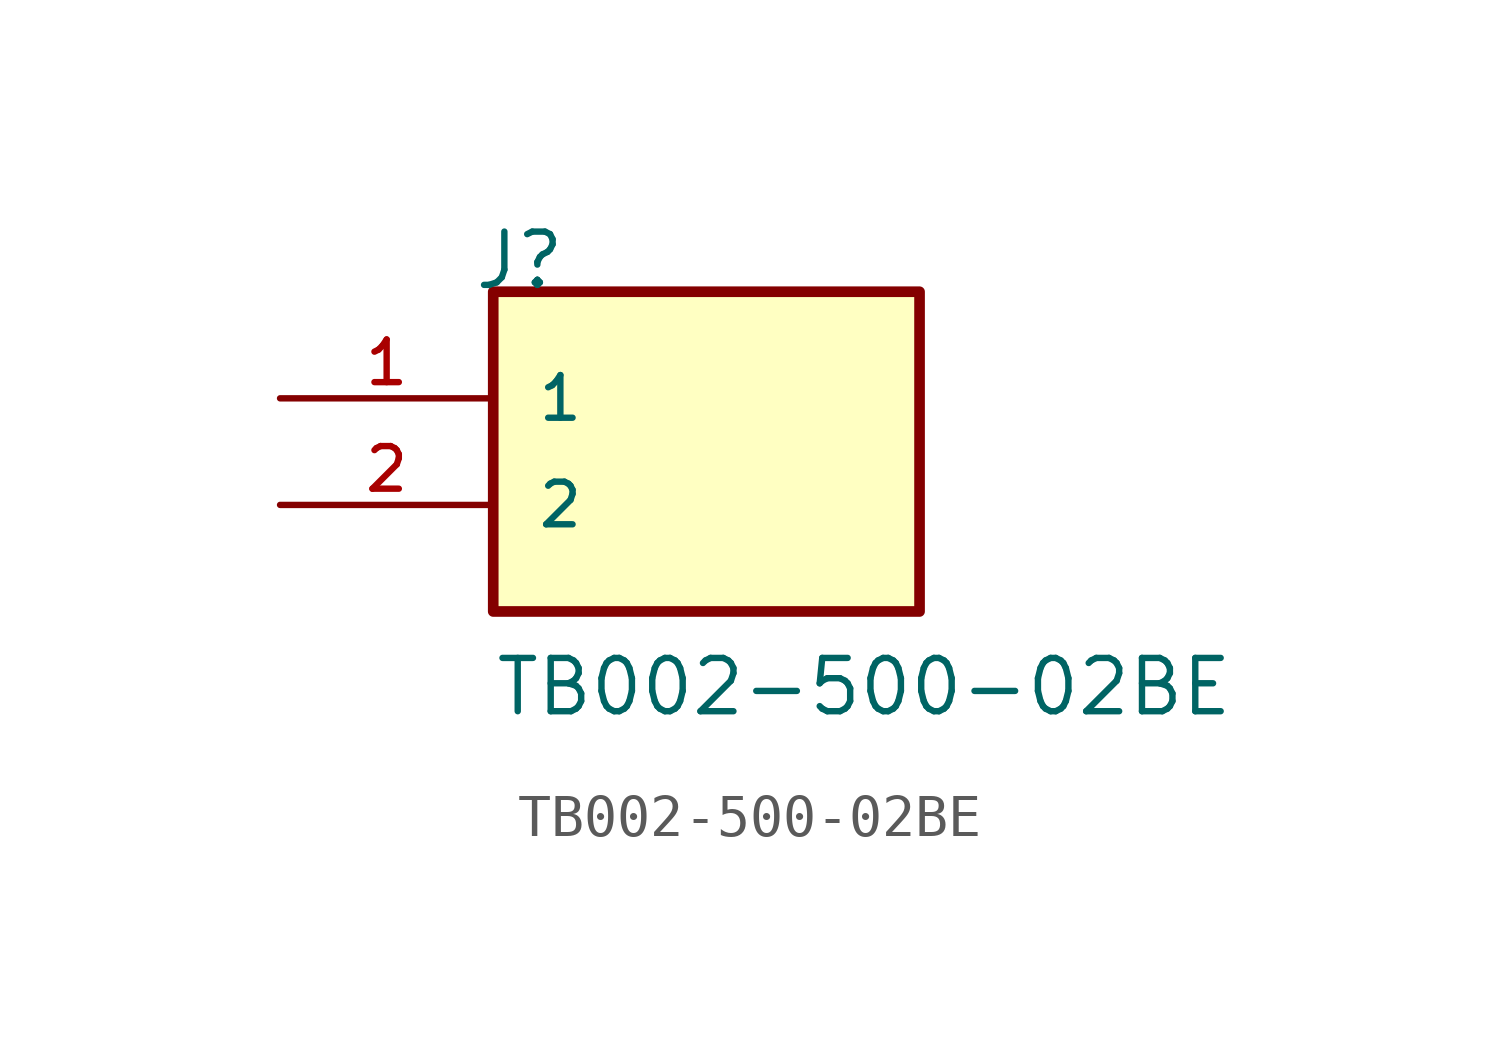
<source format=kicad_sym>
(kicad_symbol_lib
  (version 20211014)
  (generator kicad_symbol_editor)
  (symbol "TB002-500-02BE"
    (pin_names
      (offset 1.016))
    (property "Reference" "J"
      (at -5.58 5.08 0)
      (effects (font (size 1.27 1.27)) (justify bottom left)))
    (property "Value" "TB002-500-02BE"
      (at -5.08 -5.08 0)
      (effects (font (size 1.27 1.27)) (justify bottom left)))
    (symbol "TB002-500-02BE_0_0"
      (rectangle (start -5.08 -2.54) (end 5.08 5.08) (stroke (width 0.254)) (fill (type background)))
      (pin passive line (at -10.16 2.54 0) (length 5.08) (name "1" (effects (font (size 1.016 1.016)))) (number "1" (effects (font (size 1.016 1.016)))))
      (pin passive line (at -10.16 0.0 0) (length 5.08) (name "2" (effects (font (size 1.016 1.016)))) (number "2" (effects (font (size 1.016 1.016))))))))
</source>
